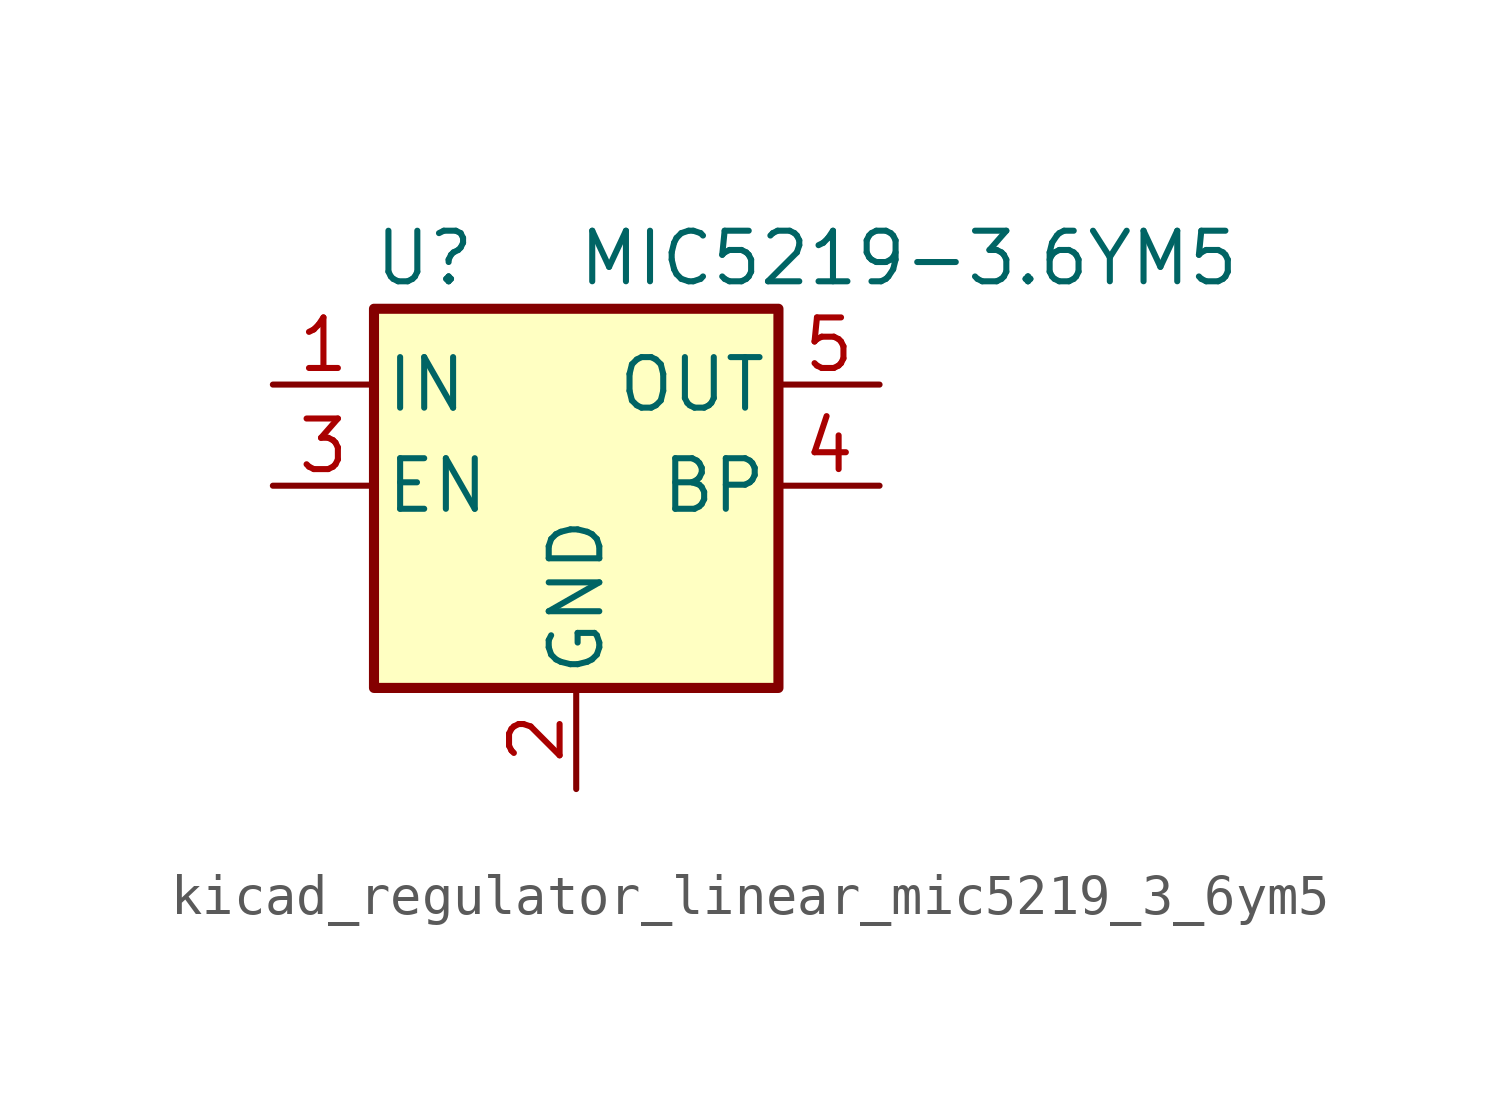
<source format=kicad_sym>
(kicad_symbol_lib
  (version 20220914)
  (generator kicad_symbol_editor)
  (symbol "kicad_regulator_linear_mic5219_3_6ym5"
    (pin_names
      (offset 0.254))
    (property "Reference" "U"
      (at -3.81 5.715 0)
      (effects (font (size 1.27 1.27))))
    (property "Value" "MIC5219-3.6YM5"
      (at 0 5.715 0)
      (effects (font (size 1.27 1.27)) (justify left)))
    (symbol "kicad_regulator_linear_mic5219_3_6ym5_0_1"
      (rectangle (start -5.08 4.445) (end 5.08 -5.08) (stroke (width 0.254) (type default)) (fill (type background))))
    (symbol "kicad_regulator_linear_mic5219_3_6ym5_1_1"
      (pin power_in line (at -7.62 2.54 0) (length 2.54) (name "IN" (effects (font (size 1.27 1.27)))) (number "1" (effects (font (size 1.27 1.27)))))
      (pin power_in line (at 0 -7.62 90) (length 2.54) (name "GND" (effects (font (size 1.27 1.27)))) (number "2" (effects (font (size 1.27 1.27)))))
      (pin input line (at -7.62 0 0) (length 2.54) (name "EN" (effects (font (size 1.27 1.27)))) (number "3" (effects (font (size 1.27 1.27)))))
      (pin input line (at 7.62 0 180) (length 2.54) (name "BP" (effects (font (size 1.27 1.27)))) (number "4" (effects (font (size 1.27 1.27)))))
      (pin power_out line (at 7.62 2.54 180) (length 2.54) (name "OUT" (effects (font (size 1.27 1.27)))) (number "5" (effects (font (size 1.27 1.27))))))))
</source>
